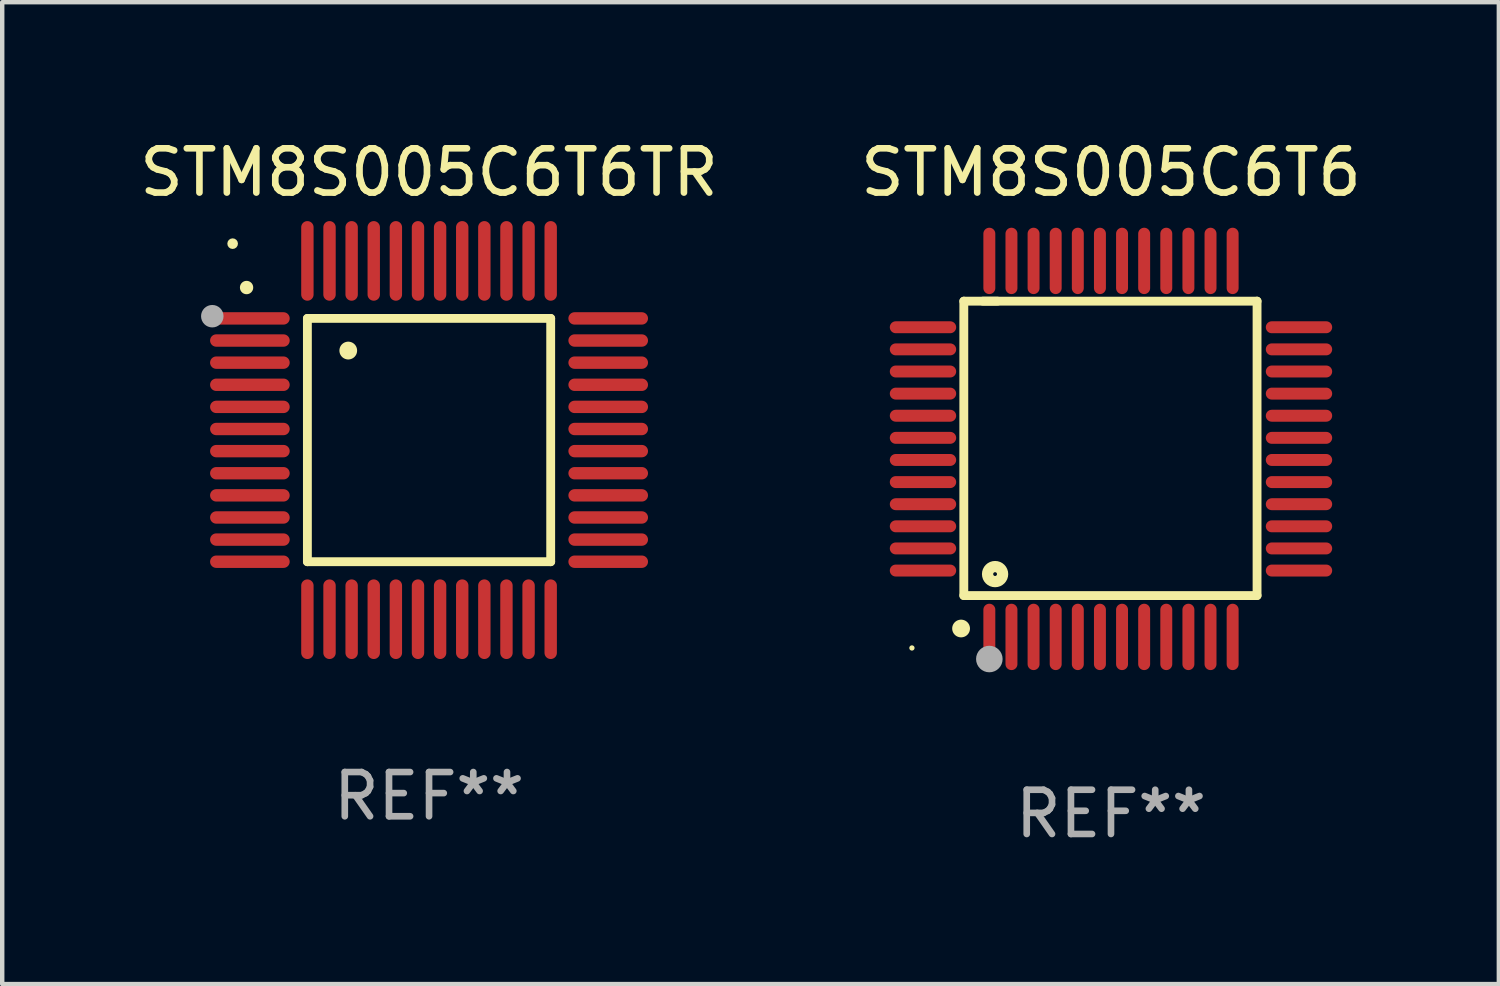
<source format=kicad_pcb>
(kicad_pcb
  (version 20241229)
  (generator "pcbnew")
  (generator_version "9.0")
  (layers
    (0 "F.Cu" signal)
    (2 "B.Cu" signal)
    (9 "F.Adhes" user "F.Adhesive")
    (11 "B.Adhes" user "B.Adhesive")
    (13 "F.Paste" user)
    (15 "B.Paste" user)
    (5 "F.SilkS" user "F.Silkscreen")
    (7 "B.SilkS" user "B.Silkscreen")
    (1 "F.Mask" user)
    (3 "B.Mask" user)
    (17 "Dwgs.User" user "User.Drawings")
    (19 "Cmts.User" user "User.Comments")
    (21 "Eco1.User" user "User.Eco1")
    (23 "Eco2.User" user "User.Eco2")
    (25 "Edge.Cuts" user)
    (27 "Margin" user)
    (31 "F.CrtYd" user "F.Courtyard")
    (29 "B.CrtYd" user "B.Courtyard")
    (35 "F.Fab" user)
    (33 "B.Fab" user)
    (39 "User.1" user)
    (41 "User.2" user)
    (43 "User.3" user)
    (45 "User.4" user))
  (footprint "STM8S005C6T6"
    (layer "F.Cu")
    (at 22.065 7.098)
    (property "Reference" "STM8S005C6T6" (at 0 -6.25 0) (layer "F.SilkS") (effects (font (size 1 1) (thickness 0.15))))
    (attr through_hole)
    (fp_line (start -3.327 -3.34) (end -2.565 -3.34) (stroke (width 0.2) (type solid)) (layer "F.SilkS"))
    (fp_line (start -3.327 3.315) (end -3.327 -3.34) (stroke (width 0.2) (type solid)) (layer "F.SilkS"))
    (fp_line (start -2.896 -3.34) (end 3.302 -3.34) (stroke (width 0.2) (type solid)) (layer "F.SilkS"))
    (fp_line (start 3.302 -3.34) (end 3.302 3.315) (stroke (width 0.2) (type solid)) (layer "F.SilkS"))
    (fp_line (start 3.302 3.315) (end -3.327 3.315) (stroke (width 0.2) (type solid)) (layer "F.SilkS"))
    (fp_arc (start -3.389992 4.059995) (mid -3.388722 4.059991) (end -3.387452 4.059995) (stroke (width 0.4) (type solid)) (layer "F.SilkS"))
    (fp_circle (center -4.5 4.5) (end -4.47 4.5) (stroke (width 0.06) (type solid)) (fill no) (layer "F.SilkS"))
    (fp_circle (center -2.62 2.83) (end -2.45 2.83) (stroke (width 0.254) (type solid)) (fill no) (layer "F.SilkS"))
    (fp_circle (center -2.75 4.75) (end -2.6 4.75) (stroke (width 0.3) (type solid)) (fill no) (layer "F.Fab"))
    (fp_text user "REF**" (at 0 8.25 0) (layer "F.Fab") (effects (font (size 1 1) (thickness 0.15))))
    (pad "1" smd oval (at -2.75 4.25) (size 0.27 1.5) (layers "F.Cu" "F.Mask" "F.Paste"))
    (pad "2" smd oval (at -2.25 4.25) (size 0.27 1.5) (layers "F.Cu" "F.Mask" "F.Paste"))
    (pad "3" smd oval (at -1.75 4.25) (size 0.27 1.5) (layers "F.Cu" "F.Mask" "F.Paste"))
    (pad "4" smd oval (at -1.25 4.25) (size 0.27 1.5) (layers "F.Cu" "F.Mask" "F.Paste"))
    (pad "5" smd oval (at -0.75 4.25) (size 0.27 1.5) (layers "F.Cu" "F.Mask" "F.Paste"))
    (pad "6" smd oval (at -0.25 4.25) (size 0.27 1.5) (layers "F.Cu" "F.Mask" "F.Paste"))
    (pad "7" smd oval (at 0.25 4.25) (size 0.27 1.5) (layers "F.Cu" "F.Mask" "F.Paste"))
    (pad "8" smd oval (at 0.75 4.25) (size 0.27 1.5) (layers "F.Cu" "F.Mask" "F.Paste"))
    (pad "9" smd oval (at 1.25 4.25) (size 0.27 1.5) (layers "F.Cu" "F.Mask" "F.Paste"))
    (pad "10" smd oval (at 1.75 4.25) (size 0.27 1.5) (layers "F.Cu" "F.Mask" "F.Paste"))
    (pad "11" smd oval (at 2.25 4.25) (size 0.27 1.5) (layers "F.Cu" "F.Mask" "F.Paste"))
    (pad "12" smd oval (at 2.75 4.25) (size 0.27 1.5) (layers "F.Cu" "F.Mask" "F.Paste"))
    (pad "13" smd oval (at 4.25 2.75) (size 1.5 0.27) (layers "F.Cu" "F.Mask" "F.Paste"))
    (pad "14" smd oval (at 4.25 2.25) (size 1.5 0.27) (layers "F.Cu" "F.Mask" "F.Paste"))
    (pad "15" smd oval (at 4.25 1.75) (size 1.5 0.27) (layers "F.Cu" "F.Mask" "F.Paste"))
    (pad "16" smd oval (at 4.25 1.25) (size 1.5 0.27) (layers "F.Cu" "F.Mask" "F.Paste"))
    (pad "17" smd oval (at 4.25 0.75) (size 1.5 0.27) (layers "F.Cu" "F.Mask" "F.Paste"))
    (pad "18" smd oval (at 4.25 0.25) (size 1.5 0.27) (layers "F.Cu" "F.Mask" "F.Paste"))
    (pad "19" smd oval (at 4.25 -0.25) (size 1.5 0.27) (layers "F.Cu" "F.Mask" "F.Paste"))
    (pad "20" smd oval (at 4.25 -0.75) (size 1.5 0.27) (layers "F.Cu" "F.Mask" "F.Paste"))
    (pad "21" smd oval (at 4.25 -1.25) (size 1.5 0.27) (layers "F.Cu" "F.Mask" "F.Paste"))
    (pad "22" smd oval (at 4.25 -1.75) (size 1.5 0.27) (layers "F.Cu" "F.Mask" "F.Paste"))
    (pad "23" smd oval (at 4.25 -2.25) (size 1.5 0.27) (layers "F.Cu" "F.Mask" "F.Paste"))
    (pad "24" smd oval (at 4.25 -2.75) (size 1.5 0.27) (layers "F.Cu" "F.Mask" "F.Paste"))
    (pad "25" smd oval (at 2.75 -4.25) (size 0.27 1.5) (layers "F.Cu" "F.Mask" "F.Paste"))
    (pad "26" smd oval (at 2.25 -4.25) (size 0.27 1.5) (layers "F.Cu" "F.Mask" "F.Paste"))
    (pad "27" smd oval (at 1.75 -4.25) (size 0.27 1.5) (layers "F.Cu" "F.Mask" "F.Paste"))
    (pad "28" smd oval (at 1.25 -4.25) (size 0.27 1.5) (layers "F.Cu" "F.Mask" "F.Paste"))
    (pad "29" smd oval (at 0.75 -4.25) (size 0.27 1.5) (layers "F.Cu" "F.Mask" "F.Paste"))
    (pad "30" smd oval (at 0.25 -4.25) (size 0.27 1.5) (layers "F.Cu" "F.Mask" "F.Paste"))
    (pad "31" smd oval (at -0.25 -4.25) (size 0.27 1.5) (layers "F.Cu" "F.Mask" "F.Paste"))
    (pad "32" smd oval (at -0.75 -4.25) (size 0.27 1.5) (layers "F.Cu" "F.Mask" "F.Paste"))
    (pad "33" smd oval (at -1.25 -4.25) (size 0.27 1.5) (layers "F.Cu" "F.Mask" "F.Paste"))
    (pad "34" smd oval (at -1.75 -4.25) (size 0.27 1.5) (layers "F.Cu" "F.Mask" "F.Paste"))
    (pad "35" smd oval (at -2.25 -4.25) (size 0.27 1.5) (layers "F.Cu" "F.Mask" "F.Paste"))
    (pad "36" smd oval (at -2.75 -4.25) (size 0.27 1.5) (layers "F.Cu" "F.Mask" "F.Paste"))
    (pad "37" smd oval (at -4.25 -2.75) (size 1.5 0.27) (layers "F.Cu" "F.Mask" "F.Paste"))
    (pad "38" smd oval (at -4.25 -2.25) (size 1.5 0.27) (layers "F.Cu" "F.Mask" "F.Paste"))
    (pad "39" smd oval (at -4.25 -1.75) (size 1.5 0.27) (layers "F.Cu" "F.Mask" "F.Paste"))
    (pad "40" smd oval (at -4.25 -1.25) (size 1.5 0.27) (layers "F.Cu" "F.Mask" "F.Paste"))
    (pad "41" smd oval (at -4.25 -0.75) (size 1.5 0.27) (layers "F.Cu" "F.Mask" "F.Paste"))
    (pad "42" smd oval (at -4.25 -0.25) (size 1.5 0.27) (layers "F.Cu" "F.Mask" "F.Paste"))
    (pad "43" smd oval (at -4.25 0.25) (size 1.5 0.27) (layers "F.Cu" "F.Mask" "F.Paste"))
    (pad "44" smd oval (at -4.25 0.75) (size 1.5 0.27) (layers "F.Cu" "F.Mask" "F.Paste"))
    (pad "45" smd oval (at -4.25 1.25) (size 1.5 0.27) (layers "F.Cu" "F.Mask" "F.Paste"))
    (pad "46" smd oval (at -4.25 1.75) (size 1.5 0.27) (layers "F.Cu" "F.Mask" "F.Paste"))
    (pad "47" smd oval (at -4.25 2.25) (size 1.5 0.27) (layers "F.Cu" "F.Mask" "F.Paste"))
    (pad "48" smd oval (at -4.25 2.75) (size 1.5 0.27) (layers "F.Cu" "F.Mask" "F.Paste")))
  (footprint "STM8S005C6T6TR"
    (layer "F.Cu")
    (at 6.649 6.898)
    (property "Reference" "STM8S005C6T6TR" (at 0 -6.05 0) (layer "F.SilkS") (effects (font (size 1 1) (thickness 0.15))))
    (attr through_hole)
    (fp_line (start -2.75 -2.75) (end 2.75 -2.75) (stroke (width 0.2) (type solid)) (layer "F.SilkS"))
    (fp_line (start -2.75 2.75) (end -2.75 -2.75) (stroke (width 0.2) (type solid)) (layer "F.SilkS"))
    (fp_line (start 2.75 -2.75) (end 2.75 2.75) (stroke (width 0.2) (type solid)) (layer "F.SilkS"))
    (fp_line (start 2.75 2.75) (end -2.75 2.75) (stroke (width 0.2) (type solid)) (layer "F.SilkS"))
    (fp_arc (start -4.124968 -3.446787) (mid -4.124973 -3.448057) (end -4.124968 -3.449327) (stroke (width 0.3) (type solid)) (layer "F.SilkS"))
    (fp_arc (start -1.826264 -2.021844) (mid -1.826268 -2.023114) (end -1.826264 -2.024384) (stroke (width 0.4) (type solid)) (layer "F.SilkS"))
    (fp_circle (center -4.44 -4.44) (end -4.38 -4.44) (stroke (width 0.12) (type solid)) (fill no) (layer "F.SilkS"))
    (fp_circle (center -4.9 -2.8) (end -4.773 -2.8) (stroke (width 0.254) (type solid)) (fill no) (layer "F.Fab"))
    (fp_text user "REF**" (at 0 8.05 0) (layer "F.Fab") (effects (font (size 1 1) (thickness 0.15))))
    (pad "1" smd oval (at -4.05 -2.75 90) (size 0.28 1.8) (layers "F.Cu" "F.Mask" "F.Paste"))
    (pad "2" smd oval (at -4.05 -2.25 90) (size 0.28 1.8) (layers "F.Cu" "F.Mask" "F.Paste"))
    (pad "3" smd oval (at -4.05 -1.75 90) (size 0.28 1.8) (layers "F.Cu" "F.Mask" "F.Paste"))
    (pad "4" smd oval (at -4.05 -1.25 90) (size 0.28 1.8) (layers "F.Cu" "F.Mask" "F.Paste"))
    (pad "5" smd oval (at -4.05 -0.75 90) (size 0.28 1.8) (layers "F.Cu" "F.Mask" "F.Paste"))
    (pad "6" smd oval (at -4.05 -0.25 90) (size 0.28 1.8) (layers "F.Cu" "F.Mask" "F.Paste"))
    (pad "7" smd oval (at -4.05 0.25 90) (size 0.28 1.8) (layers "F.Cu" "F.Mask" "F.Paste"))
    (pad "8" smd oval (at -4.05 0.75 90) (size 0.28 1.8) (layers "F.Cu" "F.Mask" "F.Paste"))
    (pad "9" smd oval (at -4.05 1.25 90) (size 0.28 1.8) (layers "F.Cu" "F.Mask" "F.Paste"))
    (pad "10" smd oval (at -4.05 1.75 90) (size 0.28 1.8) (layers "F.Cu" "F.Mask" "F.Paste"))
    (pad "11" smd oval (at -4.05 2.25 90) (size 0.28 1.8) (layers "F.Cu" "F.Mask" "F.Paste"))
    (pad "12" smd oval (at -4.05 2.75 90) (size 0.28 1.8) (layers "F.Cu" "F.Mask" "F.Paste"))
    (pad "13" smd oval (at -2.75 4.05) (size 0.28 1.8) (layers "F.Cu" "F.Mask" "F.Paste"))
    (pad "14" smd oval (at -2.25 4.05) (size 0.28 1.8) (layers "F.Cu" "F.Mask" "F.Paste"))
    (pad "15" smd oval (at -1.75 4.05) (size 0.28 1.8) (layers "F.Cu" "F.Mask" "F.Paste"))
    (pad "16" smd oval (at -1.25 4.05) (size 0.28 1.8) (layers "F.Cu" "F.Mask" "F.Paste"))
    (pad "17" smd oval (at -0.75 4.05) (size 0.28 1.8) (layers "F.Cu" "F.Mask" "F.Paste"))
    (pad "18" smd oval (at -0.25 4.05) (size 0.28 1.8) (layers "F.Cu" "F.Mask" "F.Paste"))
    (pad "19" smd oval (at 0.25 4.05) (size 0.28 1.8) (layers "F.Cu" "F.Mask" "F.Paste"))
    (pad "20" smd oval (at 0.75 4.05) (size 0.28 1.8) (layers "F.Cu" "F.Mask" "F.Paste"))
    (pad "21" smd oval (at 1.25 4.05) (size 0.28 1.8) (layers "F.Cu" "F.Mask" "F.Paste"))
    (pad "22" smd oval (at 1.75 4.05) (size 0.28 1.8) (layers "F.Cu" "F.Mask" "F.Paste"))
    (pad "23" smd oval (at 2.25 4.05) (size 0.28 1.8) (layers "F.Cu" "F.Mask" "F.Paste"))
    (pad "24" smd oval (at 2.75 4.05) (size 0.28 1.8) (layers "F.Cu" "F.Mask" "F.Paste"))
    (pad "25" smd oval (at 4.05 2.75 90) (size 0.28 1.8) (layers "F.Cu" "F.Mask" "F.Paste"))
    (pad "26" smd oval (at 4.05 2.25 90) (size 0.28 1.8) (layers "F.Cu" "F.Mask" "F.Paste"))
    (pad "27" smd oval (at 4.05 1.75 90) (size 0.28 1.8) (layers "F.Cu" "F.Mask" "F.Paste"))
    (pad "28" smd oval (at 4.05 1.25 90) (size 0.28 1.8) (layers "F.Cu" "F.Mask" "F.Paste"))
    (pad "29" smd oval (at 4.05 0.75 90) (size 0.28 1.8) (layers "F.Cu" "F.Mask" "F.Paste"))
    (pad "30" smd oval (at 4.05 0.25 90) (size 0.28 1.8) (layers "F.Cu" "F.Mask" "F.Paste"))
    (pad "31" smd oval (at 4.05 -0.25 90) (size 0.28 1.8) (layers "F.Cu" "F.Mask" "F.Paste"))
    (pad "32" smd oval (at 4.05 -0.75 90) (size 0.28 1.8) (layers "F.Cu" "F.Mask" "F.Paste"))
    (pad "33" smd oval (at 4.05 -1.25 90) (size 0.28 1.8) (layers "F.Cu" "F.Mask" "F.Paste"))
    (pad "34" smd oval (at 4.05 -1.75 90) (size 0.28 1.8) (layers "F.Cu" "F.Mask" "F.Paste"))
    (pad "35" smd oval (at 4.05 -2.25 90) (size 0.28 1.8) (layers "F.Cu" "F.Mask" "F.Paste"))
    (pad "36" smd oval (at 4.05 -2.75 90) (size 0.28 1.8) (layers "F.Cu" "F.Mask" "F.Paste"))
    (pad "37" smd oval (at 2.75 -4.05) (size 0.28 1.8) (layers "F.Cu" "F.Mask" "F.Paste"))
    (pad "38" smd oval (at 2.25 -4.05) (size 0.28 1.8) (layers "F.Cu" "F.Mask" "F.Paste"))
    (pad "39" smd oval (at 1.75 -4.05) (size 0.28 1.8) (layers "F.Cu" "F.Mask" "F.Paste"))
    (pad "40" smd oval (at 1.25 -4.05) (size 0.28 1.8) (layers "F.Cu" "F.Mask" "F.Paste"))
    (pad "41" smd oval (at 0.75 -4.05) (size 0.28 1.8) (layers "F.Cu" "F.Mask" "F.Paste"))
    (pad "42" smd oval (at 0.25 -4.05) (size 0.28 1.8) (layers "F.Cu" "F.Mask" "F.Paste"))
    (pad "43" smd oval (at -0.25 -4.05) (size 0.28 1.8) (layers "F.Cu" "F.Mask" "F.Paste"))
    (pad "44" smd oval (at -0.75 -4.05) (size 0.28 1.8) (layers "F.Cu" "F.Mask" "F.Paste"))
    (pad "45" smd oval (at -1.25 -4.05) (size 0.28 1.8) (layers "F.Cu" "F.Mask" "F.Paste"))
    (pad "46" smd oval (at -1.75 -4.05) (size 0.28 1.8) (layers "F.Cu" "F.Mask" "F.Paste"))
    (pad "47" smd oval (at -2.25 -4.05) (size 0.28 1.8) (layers "F.Cu" "F.Mask" "F.Paste"))
    (pad "48" smd oval (at -2.75 -4.05) (size 0.28 1.8) (layers "F.Cu" "F.Mask" "F.Paste")))
  (gr_rect
    (start -3 -3)
    (end 30.833 19.196)
    (stroke (width 0.1) (type default))
    (fill no)
    (layer "Edge.Cuts")))
</source>
